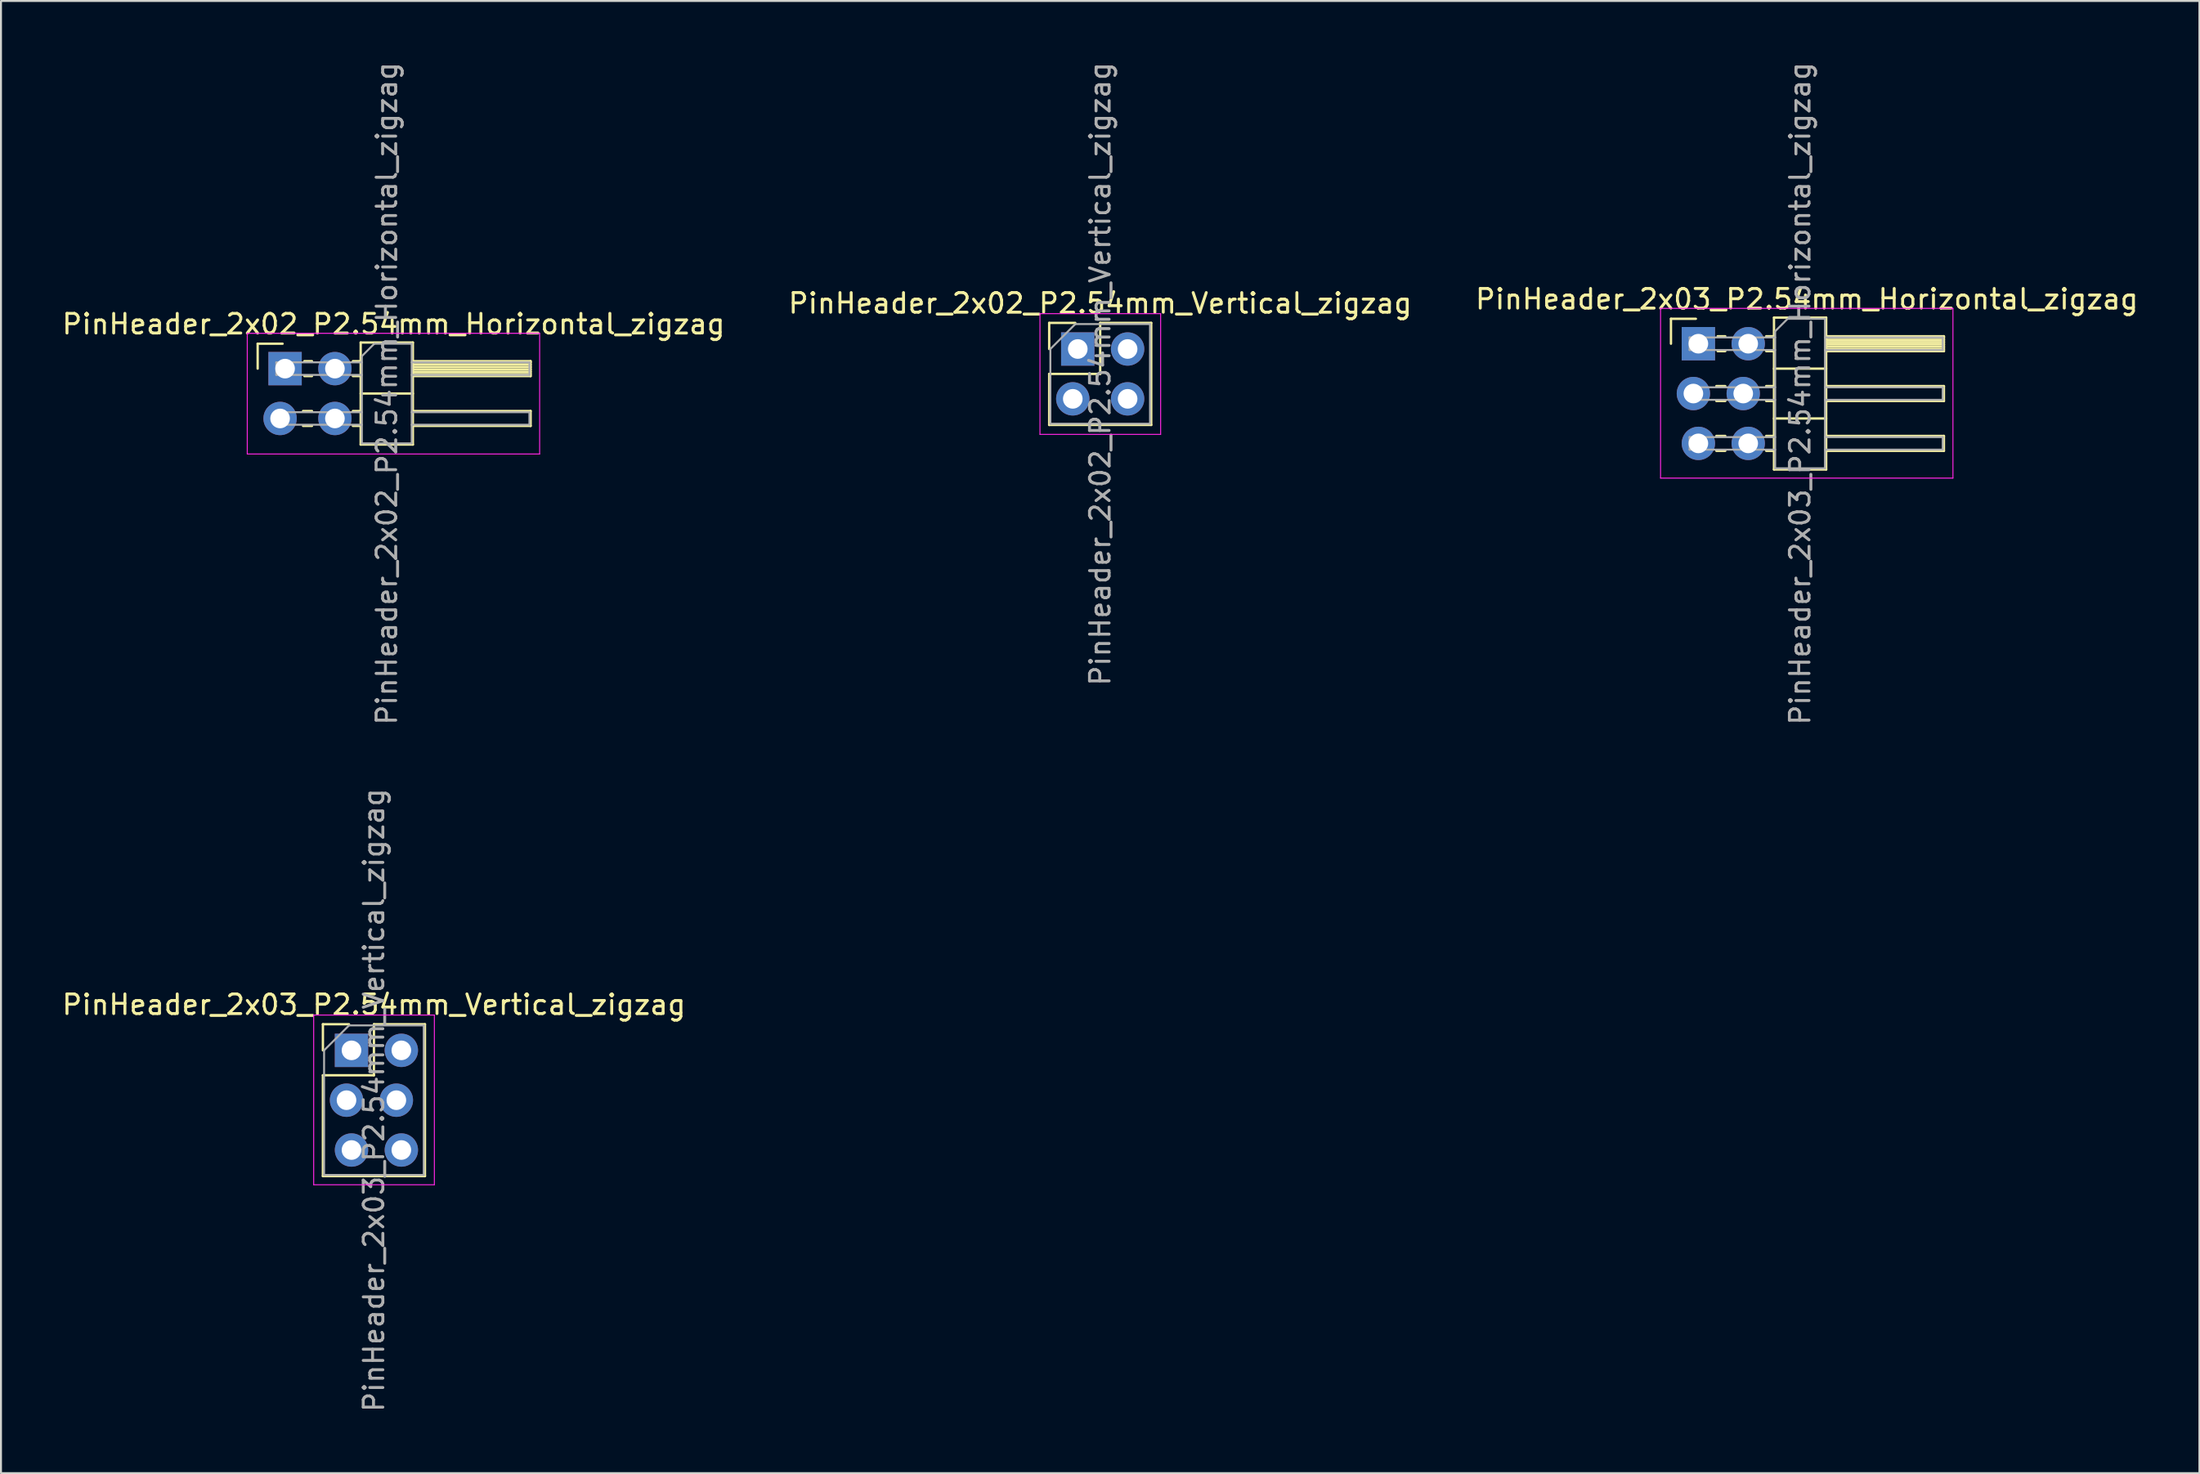
<source format=kicad_pcb>
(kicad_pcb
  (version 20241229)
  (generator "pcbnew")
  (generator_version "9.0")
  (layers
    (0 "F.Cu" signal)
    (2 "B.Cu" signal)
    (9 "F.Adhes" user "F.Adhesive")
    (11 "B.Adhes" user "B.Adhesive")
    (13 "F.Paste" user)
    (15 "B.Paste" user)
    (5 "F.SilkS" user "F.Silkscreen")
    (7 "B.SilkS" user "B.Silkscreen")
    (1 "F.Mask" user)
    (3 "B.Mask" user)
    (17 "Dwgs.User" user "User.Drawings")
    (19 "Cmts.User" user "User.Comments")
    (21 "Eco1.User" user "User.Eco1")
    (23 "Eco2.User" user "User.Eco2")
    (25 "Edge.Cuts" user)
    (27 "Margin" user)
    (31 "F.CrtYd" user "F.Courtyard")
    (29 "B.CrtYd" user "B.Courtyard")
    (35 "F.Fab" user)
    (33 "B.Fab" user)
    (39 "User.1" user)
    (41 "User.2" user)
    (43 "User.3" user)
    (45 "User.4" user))
  (footprint "PinHeader_2x02_P2.54mm_Horizontal_zigzag"
    (layer "F.Cu")
    (at 11.351 15.736)
    (property "Reference" "PinHeader_2x02_P2.54mm_Horizontal_zigzag" (at 5.655 -2.27 0) (layer "F.SilkS") (effects (font (size 1 1) (thickness 0.15))))
    (attr through_hole)
    (fp_line (start -1.27 -1.27) (end 0 -1.27) (stroke (width 0.12) (type solid)) (layer "F.SilkS"))
    (fp_line (start -1.27 0) (end -1.27 -1.27) (stroke (width 0.12) (type solid)) (layer "F.SilkS"))
    (fp_line (start 1.043 2.16) (end 1.497 2.16) (stroke (width 0.12) (type solid)) (layer "F.SilkS"))
    (fp_line (start 1.043 2.92) (end 1.497 2.92) (stroke (width 0.12) (type solid)) (layer "F.SilkS"))
    (fp_line (start 1.11 -0.38) (end 1.497 -0.38) (stroke (width 0.12) (type solid)) (layer "F.SilkS"))
    (fp_line (start 1.11 0.38) (end 1.497 0.38) (stroke (width 0.12) (type solid)) (layer "F.SilkS"))
    (fp_line (start 3.583 -0.38) (end 3.98 -0.38) (stroke (width 0.12) (type solid)) (layer "F.SilkS"))
    (fp_line (start 3.583 0.38) (end 3.98 0.38) (stroke (width 0.12) (type solid)) (layer "F.SilkS"))
    (fp_line (start 3.583 2.16) (end 3.98 2.16) (stroke (width 0.12) (type solid)) (layer "F.SilkS"))
    (fp_line (start 3.583 2.92) (end 3.98 2.92) (stroke (width 0.12) (type solid)) (layer "F.SilkS"))
    (fp_line (start 3.98 -1.33) (end 3.98 3.87) (stroke (width 0.12) (type solid)) (layer "F.SilkS"))
    (fp_line (start 3.98 1.27) (end 6.64 1.27) (stroke (width 0.12) (type solid)) (layer "F.SilkS"))
    (fp_line (start 3.98 3.87) (end 6.64 3.87) (stroke (width 0.12) (type solid)) (layer "F.SilkS"))
    (fp_line (start 6.64 -1.33) (end 3.98 -1.33) (stroke (width 0.12) (type solid)) (layer "F.SilkS"))
    (fp_line (start 6.64 -0.38) (end 12.64 -0.38) (stroke (width 0.12) (type solid)) (layer "F.SilkS"))
    (fp_line (start 6.64 -0.32) (end 12.64 -0.32) (stroke (width 0.12) (type solid)) (layer "F.SilkS"))
    (fp_line (start 6.64 -0.2) (end 12.64 -0.2) (stroke (width 0.12) (type solid)) (layer "F.SilkS"))
    (fp_line (start 6.64 -0.08) (end 12.64 -0.08) (stroke (width 0.12) (type solid)) (layer "F.SilkS"))
    (fp_line (start 6.64 0.04) (end 12.64 0.04) (stroke (width 0.12) (type solid)) (layer "F.SilkS"))
    (fp_line (start 6.64 0.16) (end 12.64 0.16) (stroke (width 0.12) (type solid)) (layer "F.SilkS"))
    (fp_line (start 6.64 0.28) (end 12.64 0.28) (stroke (width 0.12) (type solid)) (layer "F.SilkS"))
    (fp_line (start 6.64 2.16) (end 12.64 2.16) (stroke (width 0.12) (type solid)) (layer "F.SilkS"))
    (fp_line (start 6.64 3.87) (end 6.64 -1.33) (stroke (width 0.12) (type solid)) (layer "F.SilkS"))
    (fp_line (start 12.64 -0.38) (end 12.64 0.38) (stroke (width 0.12) (type solid)) (layer "F.SilkS"))
    (fp_line (start 12.64 0.38) (end 6.64 0.38) (stroke (width 0.12) (type solid)) (layer "F.SilkS"))
    (fp_line (start 12.64 2.16) (end 12.64 2.92) (stroke (width 0.12) (type solid)) (layer "F.SilkS"))
    (fp_line (start 12.64 2.92) (end 6.64 2.92) (stroke (width 0.12) (type solid)) (layer "F.SilkS"))
    (fp_line (start -1.8 -1.8) (end -1.8 4.35) (stroke (width 0.05) (type solid)) (layer "F.CrtYd"))
    (fp_line (start -1.8 4.35) (end 13.1 4.35) (stroke (width 0.05) (type solid)) (layer "F.CrtYd"))
    (fp_line (start 13.1 -1.8) (end -1.8 -1.8) (stroke (width 0.05) (type solid)) (layer "F.CrtYd"))
    (fp_line (start 13.1 4.35) (end 13.1 -1.8) (stroke (width 0.05) (type solid)) (layer "F.CrtYd"))
    (fp_line (start -0.32 -0.32) (end -0.32 0.32) (stroke (width 0.1) (type solid)) (layer "F.Fab"))
    (fp_line (start -0.32 -0.32) (end 4.04 -0.32) (stroke (width 0.1) (type solid)) (layer "F.Fab"))
    (fp_line (start -0.32 0.32) (end 4.04 0.32) (stroke (width 0.1) (type solid)) (layer "F.Fab"))
    (fp_line (start -0.32 2.22) (end -0.32 2.86) (stroke (width 0.1) (type solid)) (layer "F.Fab"))
    (fp_line (start -0.32 2.22) (end 4.04 2.22) (stroke (width 0.1) (type solid)) (layer "F.Fab"))
    (fp_line (start -0.32 2.86) (end 4.04 2.86) (stroke (width 0.1) (type solid)) (layer "F.Fab"))
    (fp_line (start 4.04 -0.635) (end 4.675 -1.27) (stroke (width 0.1) (type solid)) (layer "F.Fab"))
    (fp_line (start 4.04 3.81) (end 4.04 -0.635) (stroke (width 0.1) (type solid)) (layer "F.Fab"))
    (fp_line (start 4.675 -1.27) (end 6.58 -1.27) (stroke (width 0.1) (type solid)) (layer "F.Fab"))
    (fp_line (start 6.58 -1.27) (end 6.58 3.81) (stroke (width 0.1) (type solid)) (layer "F.Fab"))
    (fp_line (start 6.58 -0.32) (end 12.58 -0.32) (stroke (width 0.1) (type solid)) (layer "F.Fab"))
    (fp_line (start 6.58 0.32) (end 12.58 0.32) (stroke (width 0.1) (type solid)) (layer "F.Fab"))
    (fp_line (start 6.58 2.22) (end 12.58 2.22) (stroke (width 0.1) (type solid)) (layer "F.Fab"))
    (fp_line (start 6.58 2.86) (end 12.58 2.86) (stroke (width 0.1) (type solid)) (layer "F.Fab"))
    (fp_line (start 6.58 3.81) (end 4.04 3.81) (stroke (width 0.1) (type solid)) (layer "F.Fab"))
    (fp_line (start 12.58 -0.32) (end 12.58 0.32) (stroke (width 0.1) (type solid)) (layer "F.Fab"))
    (fp_line (start 12.58 2.22) (end 12.58 2.86) (stroke (width 0.1) (type solid)) (layer "F.Fab"))
    (fp_text user "${REFERENCE}" (at 5.31 1.27 90) (layer "F.Fab") (effects (font (size 1 1) (thickness 0.15))))
    (pad "1" thru_hole rect (at 0.127 0) (size 1.7 1.7) (drill 1) (layers "*.Cu" "*.Mask"))
    (pad "2" thru_hole oval (at 2.667 0) (size 1.7 1.7) (drill 1) (layers "*.Cu" "*.Mask"))
    (pad "3" thru_hole oval (at -0.127 2.54) (size 1.7 1.7) (drill 1) (layers "*.Cu" "*.Mask"))
    (pad "4" thru_hole oval (at 2.667 2.54) (size 1.7 1.7) (drill 1) (layers "*.Cu" "*.Mask")))
  (footprint "PinHeader_2x03_P2.54mm_Horizontal_zigzag"
    (layer "F.Cu")
    (at 83.375 14.466)
    (property "Reference" "PinHeader_2x03_P2.54mm_Horizontal_zigzag" (at 5.655 -2.27 0) (layer "F.SilkS") (effects (font (size 1 1) (thickness 0.15))))
    (attr through_hole)
    (fp_line (start -1.27 -1.27) (end 0 -1.27) (stroke (width 0.12) (type solid)) (layer "F.SilkS"))
    (fp_line (start -1.27 0) (end -1.27 -1.27) (stroke (width 0.12) (type solid)) (layer "F.SilkS"))
    (fp_line (start 1.043 2.16) (end 1.497 2.16) (stroke (width 0.12) (type solid)) (layer "F.SilkS"))
    (fp_line (start 1.043 2.92) (end 1.497 2.92) (stroke (width 0.12) (type solid)) (layer "F.SilkS"))
    (fp_line (start 1.043 4.7) (end 1.497 4.7) (stroke (width 0.12) (type solid)) (layer "F.SilkS"))
    (fp_line (start 1.043 5.46) (end 1.497 5.46) (stroke (width 0.12) (type solid)) (layer "F.SilkS"))
    (fp_line (start 1.11 -0.38) (end 1.497 -0.38) (stroke (width 0.12) (type solid)) (layer "F.SilkS"))
    (fp_line (start 1.11 0.38) (end 1.497 0.38) (stroke (width 0.12) (type solid)) (layer "F.SilkS"))
    (fp_line (start 3.583 -0.38) (end 3.98 -0.38) (stroke (width 0.12) (type solid)) (layer "F.SilkS"))
    (fp_line (start 3.583 0.38) (end 3.98 0.38) (stroke (width 0.12) (type solid)) (layer "F.SilkS"))
    (fp_line (start 3.583 2.16) (end 3.98 2.16) (stroke (width 0.12) (type solid)) (layer "F.SilkS"))
    (fp_line (start 3.583 2.92) (end 3.98 2.92) (stroke (width 0.12) (type solid)) (layer "F.SilkS"))
    (fp_line (start 3.583 4.7) (end 3.98 4.7) (stroke (width 0.12) (type solid)) (layer "F.SilkS"))
    (fp_line (start 3.583 5.46) (end 3.98 5.46) (stroke (width 0.12) (type solid)) (layer "F.SilkS"))
    (fp_line (start 3.98 -1.33) (end 3.98 6.41) (stroke (width 0.12) (type solid)) (layer "F.SilkS"))
    (fp_line (start 3.98 1.27) (end 6.64 1.27) (stroke (width 0.12) (type solid)) (layer "F.SilkS"))
    (fp_line (start 3.98 3.81) (end 6.64 3.81) (stroke (width 0.12) (type solid)) (layer "F.SilkS"))
    (fp_line (start 3.98 6.41) (end 6.64 6.41) (stroke (width 0.12) (type solid)) (layer "F.SilkS"))
    (fp_line (start 6.64 -1.33) (end 3.98 -1.33) (stroke (width 0.12) (type solid)) (layer "F.SilkS"))
    (fp_line (start 6.64 -0.38) (end 12.64 -0.38) (stroke (width 0.12) (type solid)) (layer "F.SilkS"))
    (fp_line (start 6.64 -0.32) (end 12.64 -0.32) (stroke (width 0.12) (type solid)) (layer "F.SilkS"))
    (fp_line (start 6.64 -0.2) (end 12.64 -0.2) (stroke (width 0.12) (type solid)) (layer "F.SilkS"))
    (fp_line (start 6.64 -0.08) (end 12.64 -0.08) (stroke (width 0.12) (type solid)) (layer "F.SilkS"))
    (fp_line (start 6.64 0.04) (end 12.64 0.04) (stroke (width 0.12) (type solid)) (layer "F.SilkS"))
    (fp_line (start 6.64 0.16) (end 12.64 0.16) (stroke (width 0.12) (type solid)) (layer "F.SilkS"))
    (fp_line (start 6.64 0.28) (end 12.64 0.28) (stroke (width 0.12) (type solid)) (layer "F.SilkS"))
    (fp_line (start 6.64 2.16) (end 12.64 2.16) (stroke (width 0.12) (type solid)) (layer "F.SilkS"))
    (fp_line (start 6.64 4.7) (end 12.64 4.7) (stroke (width 0.12) (type solid)) (layer "F.SilkS"))
    (fp_line (start 6.64 6.41) (end 6.64 -1.33) (stroke (width 0.12) (type solid)) (layer "F.SilkS"))
    (fp_line (start 12.64 -0.38) (end 12.64 0.38) (stroke (width 0.12) (type solid)) (layer "F.SilkS"))
    (fp_line (start 12.64 0.38) (end 6.64 0.38) (stroke (width 0.12) (type solid)) (layer "F.SilkS"))
    (fp_line (start 12.64 2.16) (end 12.64 2.92) (stroke (width 0.12) (type solid)) (layer "F.SilkS"))
    (fp_line (start 12.64 2.92) (end 6.64 2.92) (stroke (width 0.12) (type solid)) (layer "F.SilkS"))
    (fp_line (start 12.64 4.7) (end 12.64 5.46) (stroke (width 0.12) (type solid)) (layer "F.SilkS"))
    (fp_line (start 12.64 5.46) (end 6.64 5.46) (stroke (width 0.12) (type solid)) (layer "F.SilkS"))
    (fp_line (start -1.8 -1.8) (end -1.8 6.85) (stroke (width 0.05) (type solid)) (layer "F.CrtYd"))
    (fp_line (start -1.8 6.85) (end 13.1 6.85) (stroke (width 0.05) (type solid)) (layer "F.CrtYd"))
    (fp_line (start 13.1 -1.8) (end -1.8 -1.8) (stroke (width 0.05) (type solid)) (layer "F.CrtYd"))
    (fp_line (start 13.1 6.85) (end 13.1 -1.8) (stroke (width 0.05) (type solid)) (layer "F.CrtYd"))
    (fp_line (start -0.32 -0.32) (end -0.32 0.32) (stroke (width 0.1) (type solid)) (layer "F.Fab"))
    (fp_line (start -0.32 -0.32) (end 4.04 -0.32) (stroke (width 0.1) (type solid)) (layer "F.Fab"))
    (fp_line (start -0.32 0.32) (end 4.04 0.32) (stroke (width 0.1) (type solid)) (layer "F.Fab"))
    (fp_line (start -0.32 2.22) (end -0.32 2.86) (stroke (width 0.1) (type solid)) (layer "F.Fab"))
    (fp_line (start -0.32 2.22) (end 4.04 2.22) (stroke (width 0.1) (type solid)) (layer "F.Fab"))
    (fp_line (start -0.32 2.86) (end 4.04 2.86) (stroke (width 0.1) (type solid)) (layer "F.Fab"))
    (fp_line (start -0.32 4.76) (end -0.32 5.4) (stroke (width 0.1) (type solid)) (layer "F.Fab"))
    (fp_line (start -0.32 4.76) (end 4.04 4.76) (stroke (width 0.1) (type solid)) (layer "F.Fab"))
    (fp_line (start -0.32 5.4) (end 4.04 5.4) (stroke (width 0.1) (type solid)) (layer "F.Fab"))
    (fp_line (start 4.04 -0.635) (end 4.675 -1.27) (stroke (width 0.1) (type solid)) (layer "F.Fab"))
    (fp_line (start 4.04 6.35) (end 4.04 -0.635) (stroke (width 0.1) (type solid)) (layer "F.Fab"))
    (fp_line (start 4.675 -1.27) (end 6.58 -1.27) (stroke (width 0.1) (type solid)) (layer "F.Fab"))
    (fp_line (start 6.58 -1.27) (end 6.58 6.35) (stroke (width 0.1) (type solid)) (layer "F.Fab"))
    (fp_line (start 6.58 -0.32) (end 12.58 -0.32) (stroke (width 0.1) (type solid)) (layer "F.Fab"))
    (fp_line (start 6.58 0.32) (end 12.58 0.32) (stroke (width 0.1) (type solid)) (layer "F.Fab"))
    (fp_line (start 6.58 2.22) (end 12.58 2.22) (stroke (width 0.1) (type solid)) (layer "F.Fab"))
    (fp_line (start 6.58 2.86) (end 12.58 2.86) (stroke (width 0.1) (type solid)) (layer "F.Fab"))
    (fp_line (start 6.58 4.76) (end 12.58 4.76) (stroke (width 0.1) (type solid)) (layer "F.Fab"))
    (fp_line (start 6.58 5.4) (end 12.58 5.4) (stroke (width 0.1) (type solid)) (layer "F.Fab"))
    (fp_line (start 6.58 6.35) (end 4.04 6.35) (stroke (width 0.1) (type solid)) (layer "F.Fab"))
    (fp_line (start 12.58 -0.32) (end 12.58 0.32) (stroke (width 0.1) (type solid)) (layer "F.Fab"))
    (fp_line (start 12.58 2.22) (end 12.58 2.86) (stroke (width 0.1) (type solid)) (layer "F.Fab"))
    (fp_line (start 12.58 4.76) (end 12.58 5.4) (stroke (width 0.1) (type solid)) (layer "F.Fab"))
    (fp_text user "${REFERENCE}" (at 5.31 2.54 90) (layer "F.Fab") (effects (font (size 1 1) (thickness 0.15))))
    (pad "1" thru_hole rect (at 0.127 0) (size 1.7 1.7) (drill 1) (layers "*.Cu" "*.Mask"))
    (pad "2" thru_hole oval (at 2.667 0) (size 1.7 1.7) (drill 1) (layers "*.Cu" "*.Mask"))
    (pad "3" thru_hole oval (at -0.127 2.54) (size 1.7 1.7) (drill 1) (layers "*.Cu" "*.Mask"))
    (pad "4" thru_hole oval (at 2.413 2.54) (size 1.7 1.7) (drill 1) (layers "*.Cu" "*.Mask"))
    (pad "5" thru_hole oval (at 0.127 5.08) (size 1.7 1.7) (drill 1) (layers "*.Cu" "*.Mask"))
    (pad "6" thru_hole oval (at 2.667 5.08) (size 1.7 1.7) (drill 1) (layers "*.Cu" "*.Mask")))
  (footprint "PinHeader_2x02_P2.54mm_Vertical_zigzag"
    (layer "F.Cu")
    (at 51.748 14.736)
    (property "Reference" "PinHeader_2x02_P2.54mm_Vertical_zigzag" (at 1.27 -2.33 0) (layer "F.SilkS") (effects (font (size 1 1) (thickness 0.15))))
    (attr through_hole)
    (fp_line (start -1.33 -1.33) (end 0 -1.33) (stroke (width 0.12) (type solid)) (layer "F.SilkS"))
    (fp_line (start -1.33 0) (end -1.33 -1.33) (stroke (width 0.12) (type solid)) (layer "F.SilkS"))
    (fp_line (start -1.33 1.27) (end -1.33 3.87) (stroke (width 0.12) (type solid)) (layer "F.SilkS"))
    (fp_line (start -1.33 1.27) (end 1.27 1.27) (stroke (width 0.12) (type solid)) (layer "F.SilkS"))
    (fp_line (start -1.33 3.87) (end 3.87 3.87) (stroke (width 0.12) (type solid)) (layer "F.SilkS"))
    (fp_line (start 1.27 -1.33) (end 3.87 -1.33) (stroke (width 0.12) (type solid)) (layer "F.SilkS"))
    (fp_line (start 1.27 1.27) (end 1.27 -1.33) (stroke (width 0.12) (type solid)) (layer "F.SilkS"))
    (fp_line (start 3.87 -1.33) (end 3.87 3.87) (stroke (width 0.12) (type solid)) (layer "F.SilkS"))
    (fp_line (start -1.8 -1.8) (end -1.8 4.35) (stroke (width 0.05) (type solid)) (layer "F.CrtYd"))
    (fp_line (start -1.8 4.35) (end 4.35 4.35) (stroke (width 0.05) (type solid)) (layer "F.CrtYd"))
    (fp_line (start 4.35 -1.8) (end -1.8 -1.8) (stroke (width 0.05) (type solid)) (layer "F.CrtYd"))
    (fp_line (start 4.35 4.35) (end 4.35 -1.8) (stroke (width 0.05) (type solid)) (layer "F.CrtYd"))
    (fp_line (start -1.27 0) (end 0 -1.27) (stroke (width 0.1) (type solid)) (layer "F.Fab"))
    (fp_line (start -1.27 3.81) (end -1.27 0) (stroke (width 0.1) (type solid)) (layer "F.Fab"))
    (fp_line (start 0 -1.27) (end 3.81 -1.27) (stroke (width 0.1) (type solid)) (layer "F.Fab"))
    (fp_line (start 3.81 -1.27) (end 3.81 3.81) (stroke (width 0.1) (type solid)) (layer "F.Fab"))
    (fp_line (start 3.81 3.81) (end -1.27 3.81) (stroke (width 0.1) (type solid)) (layer "F.Fab"))
    (fp_text user "${REFERENCE}" (at 1.27 1.27 90) (layer "F.Fab") (effects (font (size 1 1) (thickness 0.15))))
    (pad "1" thru_hole rect (at 0.127 0) (size 1.7 1.7) (drill 1) (layers "*.Cu" "*.Mask"))
    (pad "2" thru_hole oval (at 2.667 0) (size 1.7 1.7) (drill 1) (layers "*.Cu" "*.Mask"))
    (pad "3" thru_hole oval (at -0.127 2.54) (size 1.7 1.7) (drill 1) (layers "*.Cu" "*.Mask"))
    (pad "4" thru_hole oval (at 2.667 2.54) (size 1.7 1.7) (drill 1) (layers "*.Cu" "*.Mask")))
  (footprint "PinHeader_2x03_P2.54mm_Vertical_zigzag"
    (layer "F.Cu")
    (at 14.736 50.478)
    (property "Reference" "PinHeader_2x03_P2.54mm_Vertical_zigzag" (at 1.27 -2.33 0) (layer "F.SilkS") (effects (font (size 1 1) (thickness 0.15))))
    (attr through_hole)
    (fp_line (start -1.33 -1.33) (end 0 -1.33) (stroke (width 0.12) (type solid)) (layer "F.SilkS"))
    (fp_line (start -1.33 0) (end -1.33 -1.33) (stroke (width 0.12) (type solid)) (layer "F.SilkS"))
    (fp_line (start -1.33 1.27) (end -1.33 6.41) (stroke (width 0.12) (type solid)) (layer "F.SilkS"))
    (fp_line (start -1.33 1.27) (end 1.27 1.27) (stroke (width 0.12) (type solid)) (layer "F.SilkS"))
    (fp_line (start -1.33 6.41) (end 3.87 6.41) (stroke (width 0.12) (type solid)) (layer "F.SilkS"))
    (fp_line (start 1.27 -1.33) (end 3.87 -1.33) (stroke (width 0.12) (type solid)) (layer "F.SilkS"))
    (fp_line (start 1.27 1.27) (end 1.27 -1.33) (stroke (width 0.12) (type solid)) (layer "F.SilkS"))
    (fp_line (start 3.87 -1.33) (end 3.87 6.41) (stroke (width 0.12) (type solid)) (layer "F.SilkS"))
    (fp_line (start -1.8 -1.8) (end -1.8 6.85) (stroke (width 0.05) (type solid)) (layer "F.CrtYd"))
    (fp_line (start -1.8 6.85) (end 4.35 6.85) (stroke (width 0.05) (type solid)) (layer "F.CrtYd"))
    (fp_line (start 4.35 -1.8) (end -1.8 -1.8) (stroke (width 0.05) (type solid)) (layer "F.CrtYd"))
    (fp_line (start 4.35 6.85) (end 4.35 -1.8) (stroke (width 0.05) (type solid)) (layer "F.CrtYd"))
    (fp_line (start -1.27 0) (end 0 -1.27) (stroke (width 0.1) (type solid)) (layer "F.Fab"))
    (fp_line (start -1.27 6.35) (end -1.27 0) (stroke (width 0.1) (type solid)) (layer "F.Fab"))
    (fp_line (start 0 -1.27) (end 3.81 -1.27) (stroke (width 0.1) (type solid)) (layer "F.Fab"))
    (fp_line (start 3.81 -1.27) (end 3.81 6.35) (stroke (width 0.1) (type solid)) (layer "F.Fab"))
    (fp_line (start 3.81 6.35) (end -1.27 6.35) (stroke (width 0.1) (type solid)) (layer "F.Fab"))
    (fp_text user "${REFERENCE}" (at 1.27 2.54 90) (layer "F.Fab") (effects (font (size 1 1) (thickness 0.15))))
    (pad "1" thru_hole rect (at 0.127 0) (size 1.7 1.7) (drill 1) (layers "*.Cu" "*.Mask"))
    (pad "2" thru_hole oval (at 2.667 0) (size 1.7 1.7) (drill 1) (layers "*.Cu" "*.Mask"))
    (pad "3" thru_hole oval (at -0.127 2.54) (size 1.7 1.7) (drill 1) (layers "*.Cu" "*.Mask"))
    (pad "4" thru_hole oval (at 2.413 2.54) (size 1.7 1.7) (drill 1) (layers "*.Cu" "*.Mask"))
    (pad "5" thru_hole oval (at 0.127 5.08) (size 1.7 1.7) (drill 1) (layers "*.Cu" "*.Mask"))
    (pad "6" thru_hole oval (at 2.667 5.08) (size 1.7 1.7) (drill 1) (layers "*.Cu" "*.Mask")))
  (gr_rect
    (start -3 -3)
    (end 109.036 72.024)
    (stroke (width 0.1) (type default))
    (fill no)
    (layer "Edge.Cuts")))
</source>
